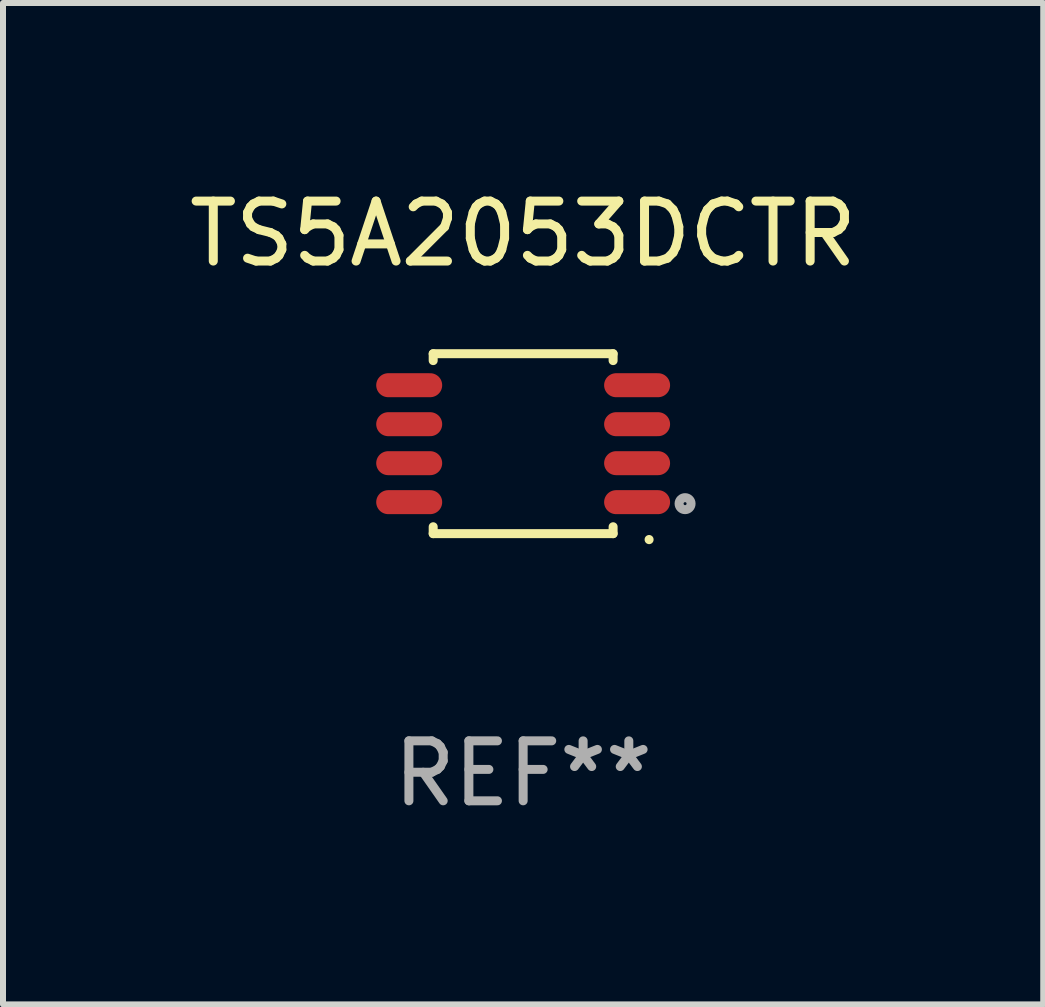
<source format=kicad_pcb>
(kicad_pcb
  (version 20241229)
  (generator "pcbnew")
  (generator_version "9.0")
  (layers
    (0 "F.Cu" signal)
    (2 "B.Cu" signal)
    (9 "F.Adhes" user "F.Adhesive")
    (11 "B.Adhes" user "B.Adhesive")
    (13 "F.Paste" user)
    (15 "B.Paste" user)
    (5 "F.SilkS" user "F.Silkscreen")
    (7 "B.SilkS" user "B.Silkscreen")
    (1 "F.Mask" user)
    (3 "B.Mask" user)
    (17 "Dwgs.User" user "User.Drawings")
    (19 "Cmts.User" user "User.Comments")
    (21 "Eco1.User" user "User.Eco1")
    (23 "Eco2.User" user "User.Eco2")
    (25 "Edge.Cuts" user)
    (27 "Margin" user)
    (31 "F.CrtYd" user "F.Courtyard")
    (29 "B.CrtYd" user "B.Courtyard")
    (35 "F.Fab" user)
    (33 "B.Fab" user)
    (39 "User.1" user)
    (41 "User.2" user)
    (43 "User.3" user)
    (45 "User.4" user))
  (footprint "TS5A2053DCTR"
    (layer "F.Cu")
    (at 5.673 4.348)
    (property "Reference" "TS5A2053DCTR" (at 0 -3.5 0) (layer "F.SilkS") (effects (font (size 1 1) (thickness 0.15))))
    (attr through_hole)
    (fp_line (start -1.5 -1.5) (end 1.5 -1.5) (stroke (width 0.15) (type solid)) (layer "F.SilkS"))
    (fp_line (start -1.5 -1.385) (end -1.5 -1.5) (stroke (width 0.15) (type solid)) (layer "F.SilkS"))
    (fp_line (start -1.5 1.5) (end -1.5 1.385) (stroke (width 0.15) (type solid)) (layer "F.SilkS"))
    (fp_line (start 1.5 -1.5) (end 1.5 -1.385) (stroke (width 0.15) (type solid)) (layer "F.SilkS"))
    (fp_line (start 1.5 1.385) (end 1.5 1.5) (stroke (width 0.15) (type solid)) (layer "F.SilkS"))
    (fp_line (start 1.5 1.5) (end -1.5 1.5) (stroke (width 0.15) (type solid)) (layer "F.SilkS"))
    (fp_arc (start 2.100051 1.6) (mid 2.100044 1.59873) (end 2.100051 1.59746) (stroke (width 0.150013) (type solid)) (layer "F.SilkS"))
    (fp_circle (center 1.5 1.5) (end 1.527 1.5) (stroke (width 0.05) (type solid)) (fill no) (layer "F.SilkS"))
    (fp_circle (center 2.7 1) (end 2.8 1) (stroke (width 0.15) (type solid)) (fill no) (layer "F.Fab"))
    (fp_text user "REF**" (at 0 5.5 0) (layer "F.Fab") (effects (font (size 1 1) (thickness 0.15))))
    (pad "1" smd oval (at 1.9 0.975) (size 1.1 0.4) (layers "F.Cu" "F.Mask" "F.Paste"))
    (pad "2" smd oval (at 1.9 0.325) (size 1.1 0.4) (layers "F.Cu" "F.Mask" "F.Paste"))
    (pad "3" smd oval (at 1.9 -0.325) (size 1.1 0.4) (layers "F.Cu" "F.Mask" "F.Paste"))
    (pad "4" smd oval (at 1.9 -0.975) (size 1.1 0.4) (layers "F.Cu" "F.Mask" "F.Paste"))
    (pad "5" smd oval (at -1.9 -0.975) (size 1.1 0.4) (layers "F.Cu" "F.Mask" "F.Paste"))
    (pad "6" smd oval (at -1.9 -0.325) (size 1.1 0.4) (layers "F.Cu" "F.Mask" "F.Paste"))
    (pad "7" smd oval (at -1.9 0.325) (size 1.1 0.4) (layers "F.Cu" "F.Mask" "F.Paste"))
    (pad "8" smd oval (at -1.9 0.975) (size 1.1 0.4) (layers "F.Cu" "F.Mask" "F.Paste")))
  (gr_rect
    (start -3 -3)
    (end 14.345 13.697)
    (stroke (width 0.1) (type default))
    (fill no)
    (layer "Edge.Cuts")))
</source>
